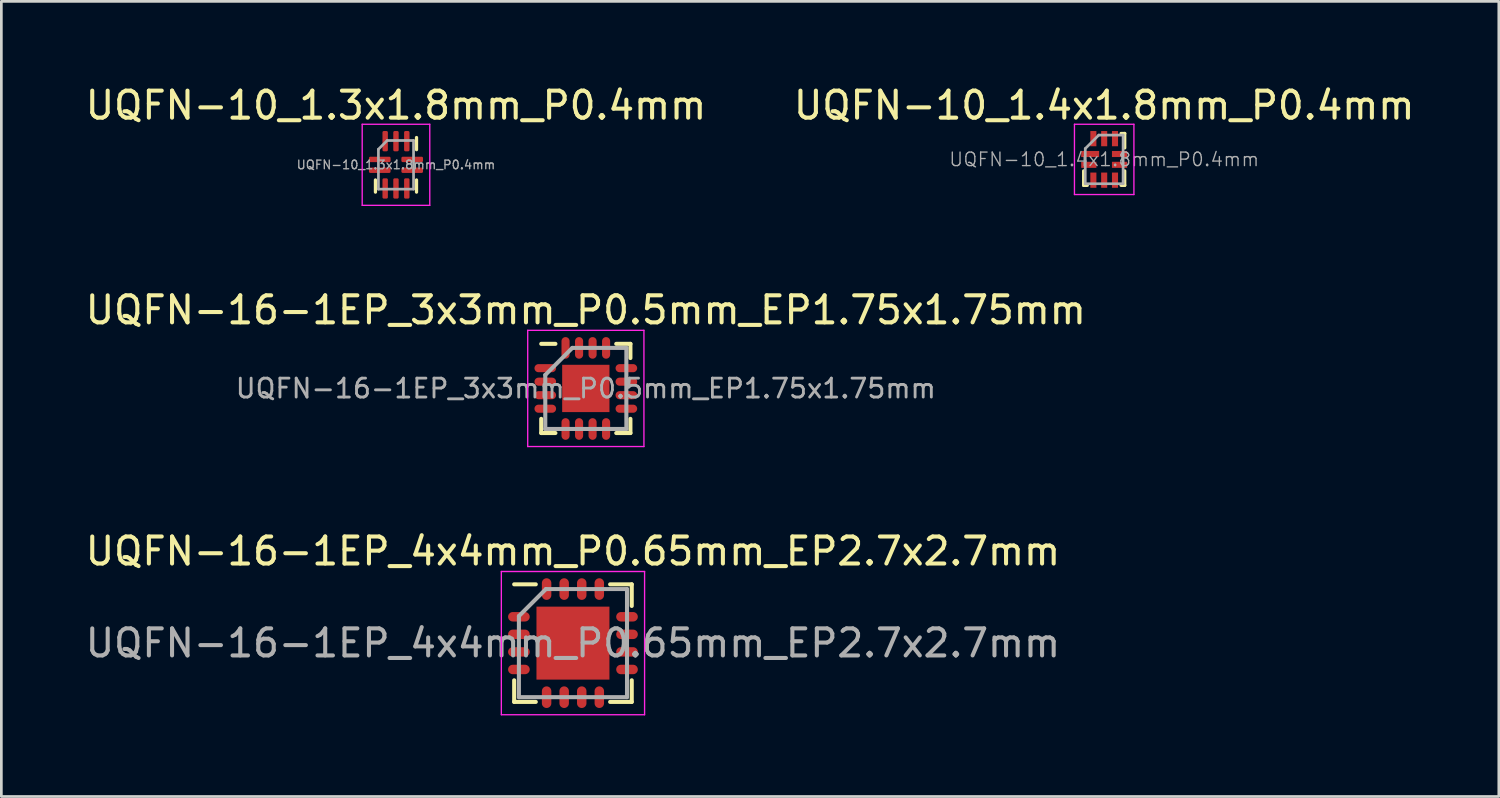
<source format=kicad_pcb>
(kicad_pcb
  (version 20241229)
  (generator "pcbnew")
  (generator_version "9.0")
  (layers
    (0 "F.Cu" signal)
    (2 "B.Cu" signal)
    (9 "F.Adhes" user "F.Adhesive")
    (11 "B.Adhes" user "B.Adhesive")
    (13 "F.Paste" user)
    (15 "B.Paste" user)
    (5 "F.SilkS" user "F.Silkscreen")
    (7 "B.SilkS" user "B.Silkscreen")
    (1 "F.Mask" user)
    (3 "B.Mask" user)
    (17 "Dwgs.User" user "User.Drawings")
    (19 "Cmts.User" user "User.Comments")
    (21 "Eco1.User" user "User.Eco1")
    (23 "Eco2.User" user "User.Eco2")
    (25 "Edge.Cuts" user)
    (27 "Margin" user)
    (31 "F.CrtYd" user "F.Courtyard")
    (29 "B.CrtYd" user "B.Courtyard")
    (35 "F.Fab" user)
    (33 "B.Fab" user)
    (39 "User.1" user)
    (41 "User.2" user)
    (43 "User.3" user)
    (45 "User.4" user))
  (footprint "UQFN-10_1.4x1.8mm_P0.4mm"
    (layer "F.Cu")
    (at 37.804 2.848)
    (property "Reference" "UQFN-10_1.4x1.8mm_P0.4mm" (at 0 -2 0) (layer "F.SilkS") (effects (font (size 1 1) (thickness 0.15))))
    (attr smd)
    (fp_line (start -0.76 0.96) (end -0.76 0.425) (stroke (width 0.12) (type solid)) (layer "F.SilkS"))
    (fp_line (start -0.625 0.96) (end -0.76 0.96) (stroke (width 0.12) (type solid)) (layer "F.SilkS"))
    (fp_line (start 0.76 -0.96) (end 0.625 -0.96) (stroke (width 0.12) (type solid)) (layer "F.SilkS"))
    (fp_line (start 0.76 -0.425) (end 0.76 -0.96) (stroke (width 0.12) (type solid)) (layer "F.SilkS"))
    (fp_line (start 0.76 0.96) (end 0.625 0.96) (stroke (width 0.12) (type solid)) (layer "F.SilkS"))
    (fp_line (start 0.76 0.96) (end 0.76 0.425) (stroke (width 0.12) (type solid)) (layer "F.SilkS"))
    (fp_line (start -1.1 1.3) (end -1.1 -1.3) (stroke (width 0.05) (type solid)) (layer "F.CrtYd"))
    (fp_line (start -1.1 1.3) (end 1.1 1.3) (stroke (width 0.05) (type solid)) (layer "F.CrtYd"))
    (fp_line (start 1.1 -1.3) (end -1.1 -1.3) (stroke (width 0.05) (type solid)) (layer "F.CrtYd"))
    (fp_line (start 1.1 -1.3) (end 1.1 1.3) (stroke (width 0.05) (type solid)) (layer "F.CrtYd"))
    (fp_line (start -0.7 -0.4) (end -0.7 0.9) (stroke (width 0.1) (type solid)) (layer "F.Fab"))
    (fp_line (start -0.7 0.9) (end 0.7 0.9) (stroke (width 0.1) (type solid)) (layer "F.Fab"))
    (fp_line (start -0.2 -0.9) (end -0.7 -0.4) (stroke (width 0.1) (type solid)) (layer "F.Fab"))
    (fp_line (start -0.2 -0.9) (end 0.7 -0.9) (stroke (width 0.1) (type solid)) (layer "F.Fab"))
    (fp_line (start 0.7 -0.9) (end 0.7 0.9) (stroke (width 0.1) (type solid)) (layer "F.Fab"))
    (fp_text user "${REFERENCE}" (at 0 0 0) (layer "F.Fab") (effects (font (size 0.5 0.5) (thickness 0.05))))
    (pad "1" smd rect (at -0.518 -0.2) (size 0.663 0.225) (layers "F.Cu" "F.Mask" "F.Paste"))
    (pad "2" smd rect (at -0.569 0.2) (size 0.563 0.225) (layers "F.Cu" "F.Mask" "F.Paste"))
    (pad "3" smd rect (at -0.4 0.768) (size 0.225 0.563) (layers "F.Cu" "F.Mask" "F.Paste"))
    (pad "4" smd rect (at 0 0.768) (size 0.225 0.563) (layers "F.Cu" "F.Mask" "F.Paste"))
    (pad "5" smd rect (at 0.4 0.768) (size 0.225 0.563) (layers "F.Cu" "F.Mask" "F.Paste"))
    (pad "6" smd rect (at 0.569 0.2) (size 0.563 0.225) (layers "F.Cu" "F.Mask" "F.Paste"))
    (pad "7" smd rect (at 0.569 -0.2) (size 0.563 0.225) (layers "F.Cu" "F.Mask" "F.Paste"))
    (pad "8" smd rect (at 0.4 -0.768) (size 0.225 0.563) (layers "F.Cu" "F.Mask" "F.Paste"))
    (pad "9" smd rect (at 0 -0.768) (size 0.225 0.563) (layers "F.Cu" "F.Mask" "F.Paste"))
    (pad "10" smd rect (at -0.4 -0.768) (size 0.225 0.563) (layers "F.Cu" "F.Mask" "F.Paste")))
  (footprint "UQFN-16-1EP_4x4mm_P0.65mm_EP2.7x2.7mm"
    (layer "F.Cu")
    (at 18.149 20.745)
    (property "Reference" "UQFN-16-1EP_4x4mm_P0.65mm_EP2.7x2.7mm" (at 0 -3.4 0) (layer "F.SilkS") (effects (font (size 1 1) (thickness 0.15))))
    (attr smd)
    (fp_line (start -2.175 -2.175) (end -1.375 -2.175) (stroke (width 0.15) (type solid)) (layer "F.SilkS"))
    (fp_line (start -2.175 2.175) (end -2.175 1.375) (stroke (width 0.15) (type solid)) (layer "F.SilkS"))
    (fp_line (start -2.175 2.175) (end -1.375 2.175) (stroke (width 0.15) (type solid)) (layer "F.SilkS"))
    (fp_line (start 2.175 -2.175) (end 1.375 -2.175) (stroke (width 0.15) (type solid)) (layer "F.SilkS"))
    (fp_line (start 2.175 -2.175) (end 2.175 -1.375) (stroke (width 0.15) (type solid)) (layer "F.SilkS"))
    (fp_line (start 2.175 2.175) (end 1.375 2.175) (stroke (width 0.15) (type solid)) (layer "F.SilkS"))
    (fp_line (start 2.175 2.175) (end 2.175 1.375) (stroke (width 0.15) (type solid)) (layer "F.SilkS"))
    (fp_line (start -2.65 -2.65) (end -2.65 2.65) (stroke (width 0.05) (type solid)) (layer "F.CrtYd"))
    (fp_line (start -2.65 -2.65) (end 2.65 -2.65) (stroke (width 0.05) (type solid)) (layer "F.CrtYd"))
    (fp_line (start -2.65 2.65) (end 2.65 2.65) (stroke (width 0.05) (type solid)) (layer "F.CrtYd"))
    (fp_line (start 2.65 -2.65) (end 2.65 2.65) (stroke (width 0.05) (type solid)) (layer "F.CrtYd"))
    (fp_line (start -2 -1) (end -1 -2) (stroke (width 0.15) (type solid)) (layer "F.Fab"))
    (fp_line (start -2 2) (end -2 -1) (stroke (width 0.15) (type solid)) (layer "F.Fab"))
    (fp_line (start -1 -2) (end 2 -2) (stroke (width 0.15) (type solid)) (layer "F.Fab"))
    (fp_line (start 2 -2) (end 2 2) (stroke (width 0.15) (type solid)) (layer "F.Fab"))
    (fp_line (start 2 2) (end -2 2) (stroke (width 0.15) (type solid)) (layer "F.Fab"))
    (fp_text user "${REFERENCE}" (at 0 0 0) (layer "F.Fab") (effects (font (size 1 1) (thickness 0.15))))
    (pad "" smd rect (at -0.675 -0.675) (size 1.09 1.09) (layers "F.Paste"))
    (pad "" smd rect (at -0.675 0.675) (size 1.09 1.09) (layers "F.Paste"))
    (pad "" smd rect (at 0.675 -0.675) (size 1.09 1.09) (layers "F.Paste"))
    (pad "" smd rect (at 0.675 0.675) (size 1.09 1.09) (layers "F.Paste"))
    (pad "1" smd oval (at -2 -0.975) (size 0.8 0.35) (layers "F.Cu" "F.Mask" "F.Paste"))
    (pad "2" smd oval (at -2 -0.325) (size 0.8 0.35) (layers "F.Cu" "F.Mask" "F.Paste"))
    (pad "3" smd oval (at -2 0.325) (size 0.8 0.35) (layers "F.Cu" "F.Mask" "F.Paste"))
    (pad "4" smd oval (at -2 0.975) (size 0.8 0.35) (layers "F.Cu" "F.Mask" "F.Paste"))
    (pad "5" smd oval (at -0.975 2 90) (size 0.8 0.35) (layers "F.Cu" "F.Mask" "F.Paste"))
    (pad "6" smd oval (at -0.325 2 90) (size 0.8 0.35) (layers "F.Cu" "F.Mask" "F.Paste"))
    (pad "7" smd oval (at 0.325 2 90) (size 0.8 0.35) (layers "F.Cu" "F.Mask" "F.Paste"))
    (pad "8" smd oval (at 0.975 2 90) (size 0.8 0.35) (layers "F.Cu" "F.Mask" "F.Paste"))
    (pad "9" smd oval (at 2 0.975) (size 0.8 0.35) (layers "F.Cu" "F.Mask" "F.Paste"))
    (pad "10" smd oval (at 2 0.325) (size 0.8 0.35) (layers "F.Cu" "F.Mask" "F.Paste"))
    (pad "11" smd oval (at 2 -0.325) (size 0.8 0.35) (layers "F.Cu" "F.Mask" "F.Paste"))
    (pad "12" smd oval (at 2 -0.975) (size 0.8 0.35) (layers "F.Cu" "F.Mask" "F.Paste"))
    (pad "13" smd oval (at 0.975 -2 90) (size 0.8 0.35) (layers "F.Cu" "F.Mask" "F.Paste"))
    (pad "14" smd oval (at 0.325 -2 90) (size 0.8 0.35) (layers "F.Cu" "F.Mask" "F.Paste"))
    (pad "15" smd oval (at -0.325 -2 90) (size 0.8 0.35) (layers "F.Cu" "F.Mask" "F.Paste"))
    (pad "16" smd oval (at -0.975 -2 90) (size 0.8 0.35) (layers "F.Cu" "F.Mask" "F.Paste"))
    (pad "17" smd rect (at 0 0) (size 2.7 2.7) (layers "F.Cu" "F.Mask")))
  (footprint "UQFN-10_1.3x1.8mm_P0.4mm"
    (layer "F.Cu")
    (at 11.601 3.048)
    (property "Reference" "UQFN-10_1.3x1.8mm_P0.4mm" (at 0 -2.2 0) (layer "F.SilkS") (effects (font (size 1 1) (thickness 0.15))))
    (attr smd)
    (fp_line (start -0.76 1.01) (end -0.76 0.56) (stroke (width 0.12) (type solid)) (layer "F.SilkS"))
    (fp_line (start 0.76 -1.01) (end 0.76 -0.56) (stroke (width 0.12) (type solid)) (layer "F.SilkS"))
    (fp_line (start 0.76 1.01) (end 0.76 0.56) (stroke (width 0.12) (type solid)) (layer "F.SilkS"))
    (fp_line (start -1.25 -1.5) (end -1.25 1.5) (stroke (width 0.05) (type solid)) (layer "F.CrtYd"))
    (fp_line (start -1.25 1.5) (end 1.25 1.5) (stroke (width 0.05) (type solid)) (layer "F.CrtYd"))
    (fp_line (start 1.25 -1.5) (end -1.25 -1.5) (stroke (width 0.05) (type solid)) (layer "F.CrtYd"))
    (fp_line (start 1.25 1.5) (end 1.25 -1.5) (stroke (width 0.05) (type solid)) (layer "F.CrtYd"))
    (fp_line (start -0.65 -0.575) (end -0.325 -0.9) (stroke (width 0.1) (type solid)) (layer "F.Fab"))
    (fp_line (start -0.65 0.9) (end -0.65 -0.575) (stroke (width 0.1) (type solid)) (layer "F.Fab"))
    (fp_line (start -0.325 -0.9) (end 0.65 -0.9) (stroke (width 0.1) (type solid)) (layer "F.Fab"))
    (fp_line (start 0.65 -0.9) (end 0.65 0.9) (stroke (width 0.1) (type solid)) (layer "F.Fab"))
    (fp_line (start 0.65 0.9) (end -0.65 0.9) (stroke (width 0.1) (type solid)) (layer "F.Fab"))
    (fp_text user "${REFERENCE}" (at 0 0 0) (layer "F.Fab") (effects (font (size 0.32 0.32) (thickness 0.05))))
    (pad "1" smd roundrect (at -0.6 -0.2) (size 0.8 0.2) (layers "F.Cu" "F.Mask" "F.Paste") (roundrect_rratio 0.25))
    (pad "2" smd roundrect (at -0.6 0.2) (size 0.8 0.2) (layers "F.Cu" "F.Mask" "F.Paste") (roundrect_rratio 0.25))
    (pad "3" smd roundrect (at -0.4 0.875) (size 0.2 0.75) (layers "F.Cu" "F.Mask" "F.Paste") (roundrect_rratio 0.25))
    (pad "4" smd roundrect (at 0 0.875) (size 0.2 0.75) (layers "F.Cu" "F.Mask" "F.Paste") (roundrect_rratio 0.25))
    (pad "5" smd roundrect (at 0.4 0.875) (size 0.2 0.75) (layers "F.Cu" "F.Mask" "F.Paste") (roundrect_rratio 0.25))
    (pad "6" smd roundrect (at 0.6 0.2) (size 0.8 0.2) (layers "F.Cu" "F.Mask" "F.Paste") (roundrect_rratio 0.25))
    (pad "7" smd roundrect (at 0.6 -0.2) (size 0.8 0.2) (layers "F.Cu" "F.Mask" "F.Paste") (roundrect_rratio 0.25))
    (pad "8" smd roundrect (at 0.4 -0.875) (size 0.2 0.75) (layers "F.Cu" "F.Mask" "F.Paste") (roundrect_rratio 0.25))
    (pad "9" smd roundrect (at 0 -0.875) (size 0.2 0.75) (layers "F.Cu" "F.Mask" "F.Paste") (roundrect_rratio 0.25))
    (pad "10" smd roundrect (at -0.4 -0.875) (size 0.2 0.75) (layers "F.Cu" "F.Mask" "F.Paste") (roundrect_rratio 0.25)))
  (footprint "UQFN-16-1EP_3x3mm_P0.5mm_EP1.75x1.75mm"
    (layer "F.Cu")
    (at 18.625 11.322)
    (property "Reference" "UQFN-16-1EP_3x3mm_P0.5mm_EP1.75x1.75mm" (at 0 -2.9 0) (layer "F.SilkS") (effects (font (size 1 1) (thickness 0.15))))
    (attr smd)
    (fp_line (start -1.65 -1.65) (end -1.125 -1.65) (stroke (width 0.15) (type solid)) (layer "F.SilkS"))
    (fp_line (start -1.65 1.65) (end -1.65 1.125) (stroke (width 0.15) (type solid)) (layer "F.SilkS"))
    (fp_line (start -1.65 1.65) (end -1.125 1.65) (stroke (width 0.15) (type solid)) (layer "F.SilkS"))
    (fp_line (start 1.65 -1.65) (end 1.125 -1.65) (stroke (width 0.15) (type solid)) (layer "F.SilkS"))
    (fp_line (start 1.65 -1.65) (end 1.65 -1.125) (stroke (width 0.15) (type solid)) (layer "F.SilkS"))
    (fp_line (start 1.65 1.65) (end 1.125 1.65) (stroke (width 0.15) (type solid)) (layer "F.SilkS"))
    (fp_line (start 1.65 1.65) (end 1.65 1.125) (stroke (width 0.15) (type solid)) (layer "F.SilkS"))
    (fp_line (start -2.15 -2.15) (end -2.15 2.15) (stroke (width 0.05) (type solid)) (layer "F.CrtYd"))
    (fp_line (start -2.15 -2.15) (end 2.15 -2.15) (stroke (width 0.05) (type solid)) (layer "F.CrtYd"))
    (fp_line (start -2.15 2.15) (end 2.15 2.15) (stroke (width 0.05) (type solid)) (layer "F.CrtYd"))
    (fp_line (start 2.15 -2.15) (end 2.15 2.15) (stroke (width 0.05) (type solid)) (layer "F.CrtYd"))
    (fp_line (start -1.5 -0.5) (end -0.5 -1.5) (stroke (width 0.15) (type solid)) (layer "F.Fab"))
    (fp_line (start -1.5 1.5) (end -1.5 -0.5) (stroke (width 0.15) (type solid)) (layer "F.Fab"))
    (fp_line (start -0.5 -1.5) (end 1.5 -1.5) (stroke (width 0.15) (type solid)) (layer "F.Fab"))
    (fp_line (start 1.5 -1.5) (end 1.5 1.5) (stroke (width 0.15) (type solid)) (layer "F.Fab"))
    (fp_line (start 1.5 1.5) (end -1.5 1.5) (stroke (width 0.15) (type solid)) (layer "F.Fab"))
    (fp_text user "${REFERENCE}" (at 0 0 0) (layer "F.Fab") (effects (font (size 0.7 0.7) (thickness 0.105))))
    (pad "" smd rect (at -0.438 -0.438) (size 0.7 0.7) (layers "F.Paste"))
    (pad "" smd rect (at -0.438 0.438) (size 0.7 0.7) (layers "F.Paste"))
    (pad "" smd rect (at 0.438 -0.438) (size 0.7 0.7) (layers "F.Paste"))
    (pad "" smd rect (at 0.438 0.438) (size 0.7 0.7) (layers "F.Paste"))
    (pad "1" smd oval (at -1.5 -0.75) (size 0.8 0.3) (layers "F.Cu" "F.Mask" "F.Paste"))
    (pad "2" smd oval (at -1.5 -0.25) (size 0.8 0.3) (layers "F.Cu" "F.Mask" "F.Paste"))
    (pad "3" smd oval (at -1.5 0.25) (size 0.8 0.3) (layers "F.Cu" "F.Mask" "F.Paste"))
    (pad "4" smd oval (at -1.5 0.75) (size 0.8 0.3) (layers "F.Cu" "F.Mask" "F.Paste"))
    (pad "5" smd oval (at -0.75 1.5 90) (size 0.8 0.3) (layers "F.Cu" "F.Mask" "F.Paste"))
    (pad "6" smd oval (at -0.25 1.5 90) (size 0.8 0.3) (layers "F.Cu" "F.Mask" "F.Paste"))
    (pad "7" smd oval (at 0.25 1.5 90) (size 0.8 0.3) (layers "F.Cu" "F.Mask" "F.Paste"))
    (pad "8" smd oval (at 0.75 1.5 90) (size 0.8 0.3) (layers "F.Cu" "F.Mask" "F.Paste"))
    (pad "9" smd oval (at 1.5 0.75) (size 0.8 0.3) (layers "F.Cu" "F.Mask" "F.Paste"))
    (pad "10" smd oval (at 1.5 0.25) (size 0.8 0.3) (layers "F.Cu" "F.Mask" "F.Paste"))
    (pad "11" smd oval (at 1.5 -0.25) (size 0.8 0.3) (layers "F.Cu" "F.Mask" "F.Paste"))
    (pad "12" smd oval (at 1.5 -0.75) (size 0.8 0.3) (layers "F.Cu" "F.Mask" "F.Paste"))
    (pad "13" smd oval (at 0.75 -1.5 90) (size 0.8 0.3) (layers "F.Cu" "F.Mask" "F.Paste"))
    (pad "14" smd oval (at 0.25 -1.5 90) (size 0.8 0.3) (layers "F.Cu" "F.Mask" "F.Paste"))
    (pad "15" smd oval (at -0.25 -1.5 90) (size 0.8 0.3) (layers "F.Cu" "F.Mask" "F.Paste"))
    (pad "16" smd oval (at -0.75 -1.5 90) (size 0.8 0.3) (layers "F.Cu" "F.Mask" "F.Paste"))
    (pad "17" smd rect (at 0 0) (size 1.75 1.75) (layers "F.Cu" "F.Mask")))
  (gr_rect
    (start -3 -3)
    (end 52.405 26.42)
    (stroke (width 0.1) (type default))
    (fill no)
    (layer "Edge.Cuts")))
</source>
